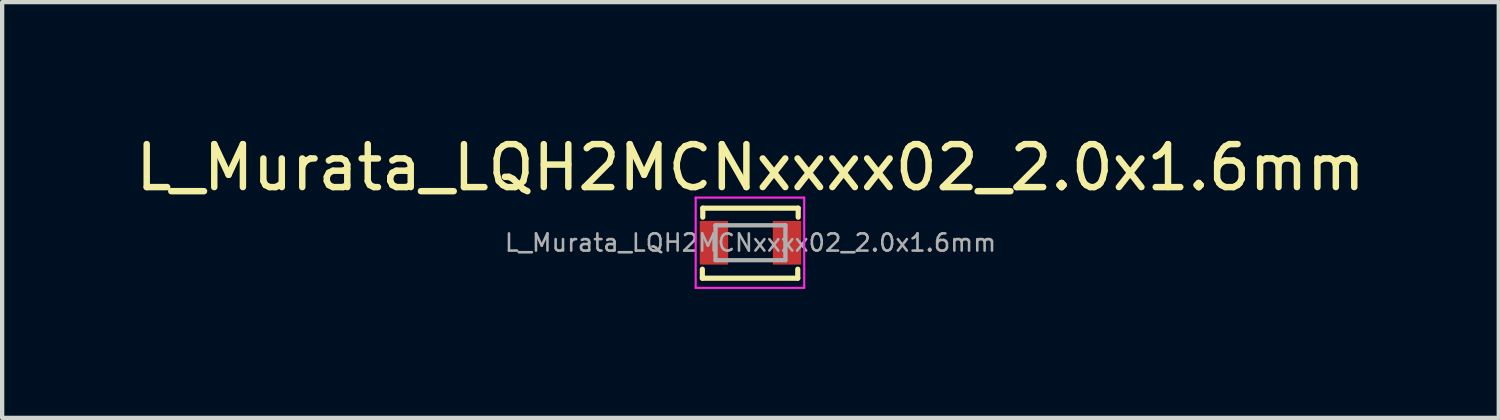
<source format=kicad_pcb>
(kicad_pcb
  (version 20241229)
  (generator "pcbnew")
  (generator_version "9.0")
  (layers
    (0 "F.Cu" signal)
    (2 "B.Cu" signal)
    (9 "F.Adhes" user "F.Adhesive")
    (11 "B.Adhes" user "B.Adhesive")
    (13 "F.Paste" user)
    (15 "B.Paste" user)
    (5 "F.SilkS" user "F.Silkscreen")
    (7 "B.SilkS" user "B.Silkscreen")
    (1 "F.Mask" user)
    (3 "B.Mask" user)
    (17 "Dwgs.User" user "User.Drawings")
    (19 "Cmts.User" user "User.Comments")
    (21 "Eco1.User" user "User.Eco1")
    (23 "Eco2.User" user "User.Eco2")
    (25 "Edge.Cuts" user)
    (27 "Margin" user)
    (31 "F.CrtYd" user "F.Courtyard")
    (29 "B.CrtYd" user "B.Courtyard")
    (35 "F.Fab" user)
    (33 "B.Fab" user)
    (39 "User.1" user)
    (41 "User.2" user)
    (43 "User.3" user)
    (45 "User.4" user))
  (footprint "L_Murata_LQH2MCNxxxx02_2.0x1.6mm"
    (layer "F.Cu")
    (at 14.411 2.598)
    (property "Reference" "L_Murata_LQH2MCNxxxx02_2.0x1.6mm" (at 0 -1.75 0) (layer "F.SilkS") (effects (font (size 1 1) (thickness 0.15))))
    (attr smd)
    (fp_line (start -1.12 0.825) (end -1.12 0.615) (stroke (width 0.12) (type solid)) (layer "F.SilkS"))
    (fp_line (start -1.11 -0.805) (end 1.11 -0.805) (stroke (width 0.12) (type solid)) (layer "F.SilkS"))
    (fp_line (start -1.11 -0.595) (end -1.11 -0.805) (stroke (width 0.12) (type solid)) (layer "F.SilkS"))
    (fp_line (start 1.1 0.615) (end 1.1 0.825) (stroke (width 0.12) (type solid)) (layer "F.SilkS"))
    (fp_line (start 1.1 0.825) (end -1.12 0.825) (stroke (width 0.12) (type solid)) (layer "F.SilkS"))
    (fp_line (start 1.11 -0.595) (end 1.11 -0.805) (stroke (width 0.12) (type solid)) (layer "F.SilkS"))
    (fp_line (start -1.275 -1.05) (end 1.25 -1.05) (stroke (width 0.05) (type solid)) (layer "F.CrtYd"))
    (fp_line (start -1.275 1.05) (end -1.275 -1.05) (stroke (width 0.05) (type solid)) (layer "F.CrtYd"))
    (fp_line (start 1.25 -1.05) (end 1.25 1.05) (stroke (width 0.05) (type solid)) (layer "F.CrtYd"))
    (fp_line (start 1.25 1.05) (end -1.275 1.05) (stroke (width 0.05) (type solid)) (layer "F.CrtYd"))
    (fp_line (start -0.813 -0.406) (end 0.813 -0.406) (stroke (width 0.1) (type solid)) (layer "F.Fab"))
    (fp_line (start -0.813 0.406) (end -0.813 -0.406) (stroke (width 0.1) (type solid)) (layer "F.Fab"))
    (fp_line (start 0.813 -0.406) (end 0.813 0.406) (stroke (width 0.1) (type solid)) (layer "F.Fab"))
    (fp_line (start 0.813 0.406) (end -0.813 0.406) (stroke (width 0.1) (type solid)) (layer "F.Fab"))
    (fp_text user "${REFERENCE}" (at 0 0 0) (layer "F.Fab") (effects (font (size 0.4 0.4) (thickness 0.06))))
    (pad "1" smd rect (at -0.85 0) (size 0.66 1.016) (layers "F.Cu" "F.Mask" "F.Paste"))
    (pad "2" smd rect (at 0.85 0) (size 0.66 1.016) (layers "F.Cu" "F.Mask" "F.Paste")))
  (gr_rect
    (start -3 -3)
    (end 31.821 6.673)
    (stroke (width 0.1) (type default))
    (fill no)
    (layer "Edge.Cuts")))
</source>
